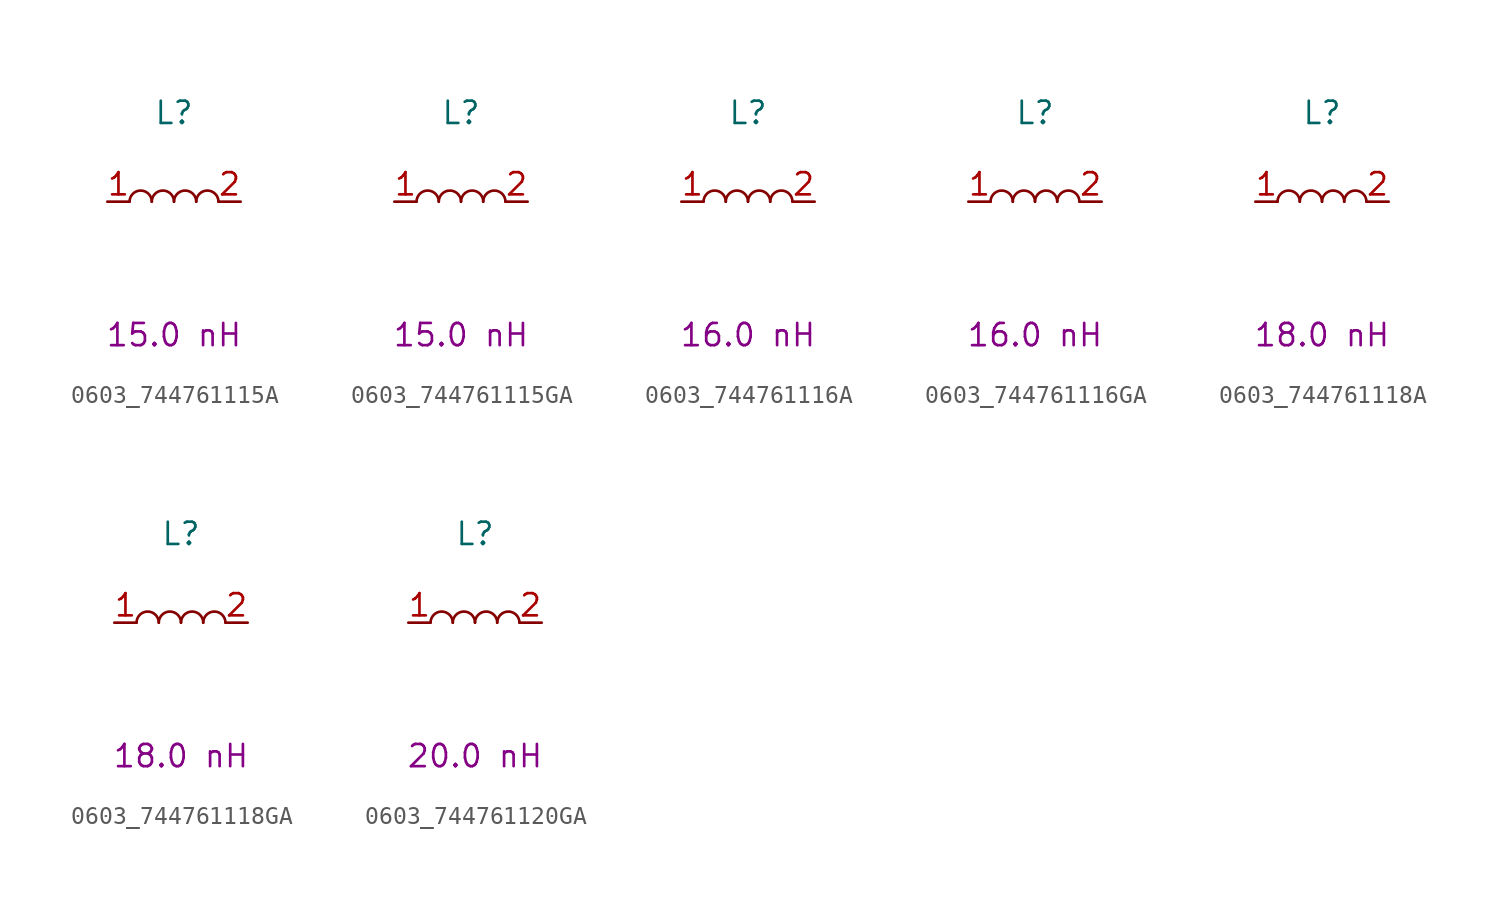
<source format=kicad_sym>
(kicad_symbol_lib
  (version 20220914)
  (generator kicad_symbol_editor)
  (symbol "0603_744761115A"
    (pin_names hide)
    (property "Reference" "L"
      (at 0 5.08 0)
      (effects (font (size 1.27 1.27))))
    (property "Critical Parameter" "15.0 nH"
      (at 0 -7.62 0)
      (effects (font (size 1.27 1.27))))
    (symbol "0603_744761115A_0_1"
      (arc (start -1.27 0) (mid -1.905 0.6323) (end -2.54 0) (stroke (width 0) (type default)) (fill (type none)))
      (arc (start 0 0) (mid -0.635 0.6323) (end -1.27 0) (stroke (width 0) (type default)) (fill (type none)))
      (arc (start 1.27 0) (mid 0.635 0.6323) (end 0 0) (stroke (width 0) (type default)) (fill (type none)))
      (arc (start 2.54 0) (mid 1.905 0.6323) (end 1.27 0) (stroke (width 0) (type default)) (fill (type none))))
    (symbol "0603_744761115A_1_1"
      (pin passive line (at -3.81 0 0) (length 1.27) (name "1" (effects (font (size 1.27 1.27)))) (number "1" (effects (font (size 1.27 1.27)))))
      (pin passive line (at 3.81 0 180) (length 1.27) (name "2" (effects (font (size 1.27 1.27)))) (number "2" (effects (font (size 1.27 1.27)))))))
  (symbol "0603_744761115GA"
    (pin_names hide)
    (property "Reference" "L"
      (at 0 5.08 0)
      (effects (font (size 1.27 1.27))))
    (property "Critical Parameter" "15.0 nH"
      (at 0 -7.62 0)
      (effects (font (size 1.27 1.27))))
    (symbol "0603_744761115GA_0_1"
      (arc (start -1.27 0) (mid -1.905 0.6323) (end -2.54 0) (stroke (width 0) (type default)) (fill (type none)))
      (arc (start 0 0) (mid -0.635 0.6323) (end -1.27 0) (stroke (width 0) (type default)) (fill (type none)))
      (arc (start 1.27 0) (mid 0.635 0.6323) (end 0 0) (stroke (width 0) (type default)) (fill (type none)))
      (arc (start 2.54 0) (mid 1.905 0.6323) (end 1.27 0) (stroke (width 0) (type default)) (fill (type none))))
    (symbol "0603_744761115GA_1_1"
      (pin passive line (at -3.81 0 0) (length 1.27) (name "1" (effects (font (size 1.27 1.27)))) (number "1" (effects (font (size 1.27 1.27)))))
      (pin passive line (at 3.81 0 180) (length 1.27) (name "2" (effects (font (size 1.27 1.27)))) (number "2" (effects (font (size 1.27 1.27)))))))
  (symbol "0603_744761116A"
    (pin_names hide)
    (property "Reference" "L"
      (at 0 5.08 0)
      (effects (font (size 1.27 1.27))))
    (property "Critical Parameter" "16.0 nH"
      (at 0 -7.62 0)
      (effects (font (size 1.27 1.27))))
    (symbol "0603_744761116A_0_1"
      (arc (start -1.27 0) (mid -1.905 0.6323) (end -2.54 0) (stroke (width 0) (type default)) (fill (type none)))
      (arc (start 0 0) (mid -0.635 0.6323) (end -1.27 0) (stroke (width 0) (type default)) (fill (type none)))
      (arc (start 1.27 0) (mid 0.635 0.6323) (end 0 0) (stroke (width 0) (type default)) (fill (type none)))
      (arc (start 2.54 0) (mid 1.905 0.6323) (end 1.27 0) (stroke (width 0) (type default)) (fill (type none))))
    (symbol "0603_744761116A_1_1"
      (pin passive line (at -3.81 0 0) (length 1.27) (name "1" (effects (font (size 1.27 1.27)))) (number "1" (effects (font (size 1.27 1.27)))))
      (pin passive line (at 3.81 0 180) (length 1.27) (name "2" (effects (font (size 1.27 1.27)))) (number "2" (effects (font (size 1.27 1.27)))))))
  (symbol "0603_744761116GA"
    (pin_names hide)
    (property "Reference" "L"
      (at 0 5.08 0)
      (effects (font (size 1.27 1.27))))
    (property "Critical Parameter" "16.0 nH"
      (at 0 -7.62 0)
      (effects (font (size 1.27 1.27))))
    (symbol "0603_744761116GA_0_1"
      (arc (start -1.27 0) (mid -1.905 0.6323) (end -2.54 0) (stroke (width 0) (type default)) (fill (type none)))
      (arc (start 0 0) (mid -0.635 0.6323) (end -1.27 0) (stroke (width 0) (type default)) (fill (type none)))
      (arc (start 1.27 0) (mid 0.635 0.6323) (end 0 0) (stroke (width 0) (type default)) (fill (type none)))
      (arc (start 2.54 0) (mid 1.905 0.6323) (end 1.27 0) (stroke (width 0) (type default)) (fill (type none))))
    (symbol "0603_744761116GA_1_1"
      (pin passive line (at -3.81 0 0) (length 1.27) (name "1" (effects (font (size 1.27 1.27)))) (number "1" (effects (font (size 1.27 1.27)))))
      (pin passive line (at 3.81 0 180) (length 1.27) (name "2" (effects (font (size 1.27 1.27)))) (number "2" (effects (font (size 1.27 1.27)))))))
  (symbol "0603_744761118A"
    (pin_names hide)
    (property "Reference" "L"
      (at 0 5.08 0)
      (effects (font (size 1.27 1.27))))
    (property "Critical Parameter" "18.0 nH"
      (at 0 -7.62 0)
      (effects (font (size 1.27 1.27))))
    (symbol "0603_744761118A_0_1"
      (arc (start -1.27 0) (mid -1.905 0.6323) (end -2.54 0) (stroke (width 0) (type default)) (fill (type none)))
      (arc (start 0 0) (mid -0.635 0.6323) (end -1.27 0) (stroke (width 0) (type default)) (fill (type none)))
      (arc (start 1.27 0) (mid 0.635 0.6323) (end 0 0) (stroke (width 0) (type default)) (fill (type none)))
      (arc (start 2.54 0) (mid 1.905 0.6323) (end 1.27 0) (stroke (width 0) (type default)) (fill (type none))))
    (symbol "0603_744761118A_1_1"
      (pin passive line (at -3.81 0 0) (length 1.27) (name "1" (effects (font (size 1.27 1.27)))) (number "1" (effects (font (size 1.27 1.27)))))
      (pin passive line (at 3.81 0 180) (length 1.27) (name "2" (effects (font (size 1.27 1.27)))) (number "2" (effects (font (size 1.27 1.27)))))))
  (symbol "0603_744761118GA"
    (pin_names hide)
    (property "Reference" "L"
      (at 0 5.08 0)
      (effects (font (size 1.27 1.27))))
    (property "Critical Parameter" "18.0 nH"
      (at 0 -7.62 0)
      (effects (font (size 1.27 1.27))))
    (symbol "0603_744761118GA_0_1"
      (arc (start -1.27 0) (mid -1.905 0.6323) (end -2.54 0) (stroke (width 0) (type default)) (fill (type none)))
      (arc (start 0 0) (mid -0.635 0.6323) (end -1.27 0) (stroke (width 0) (type default)) (fill (type none)))
      (arc (start 1.27 0) (mid 0.635 0.6323) (end 0 0) (stroke (width 0) (type default)) (fill (type none)))
      (arc (start 2.54 0) (mid 1.905 0.6323) (end 1.27 0) (stroke (width 0) (type default)) (fill (type none))))
    (symbol "0603_744761118GA_1_1"
      (pin passive line (at -3.81 0 0) (length 1.27) (name "1" (effects (font (size 1.27 1.27)))) (number "1" (effects (font (size 1.27 1.27)))))
      (pin passive line (at 3.81 0 180) (length 1.27) (name "2" (effects (font (size 1.27 1.27)))) (number "2" (effects (font (size 1.27 1.27)))))))
  (symbol "0603_744761120GA"
    (pin_names hide)
    (property "Reference" "L"
      (at 0 5.08 0)
      (effects (font (size 1.27 1.27))))
    (property "Critical Parameter" "20.0 nH"
      (at 0 -7.62 0)
      (effects (font (size 1.27 1.27))))
    (symbol "0603_744761120GA_0_1"
      (arc (start -1.27 0) (mid -1.905 0.6323) (end -2.54 0) (stroke (width 0) (type default)) (fill (type none)))
      (arc (start 0 0) (mid -0.635 0.6323) (end -1.27 0) (stroke (width 0) (type default)) (fill (type none)))
      (arc (start 1.27 0) (mid 0.635 0.6323) (end 0 0) (stroke (width 0) (type default)) (fill (type none)))
      (arc (start 2.54 0) (mid 1.905 0.6323) (end 1.27 0) (stroke (width 0) (type default)) (fill (type none))))
    (symbol "0603_744761120GA_1_1"
      (pin passive line (at -3.81 0 0) (length 1.27) (name "1" (effects (font (size 1.27 1.27)))) (number "1" (effects (font (size 1.27 1.27)))))
      (pin passive line (at 3.81 0 180) (length 1.27) (name "2" (effects (font (size 1.27 1.27)))) (number "2" (effects (font (size 1.27 1.27))))))))
</source>
